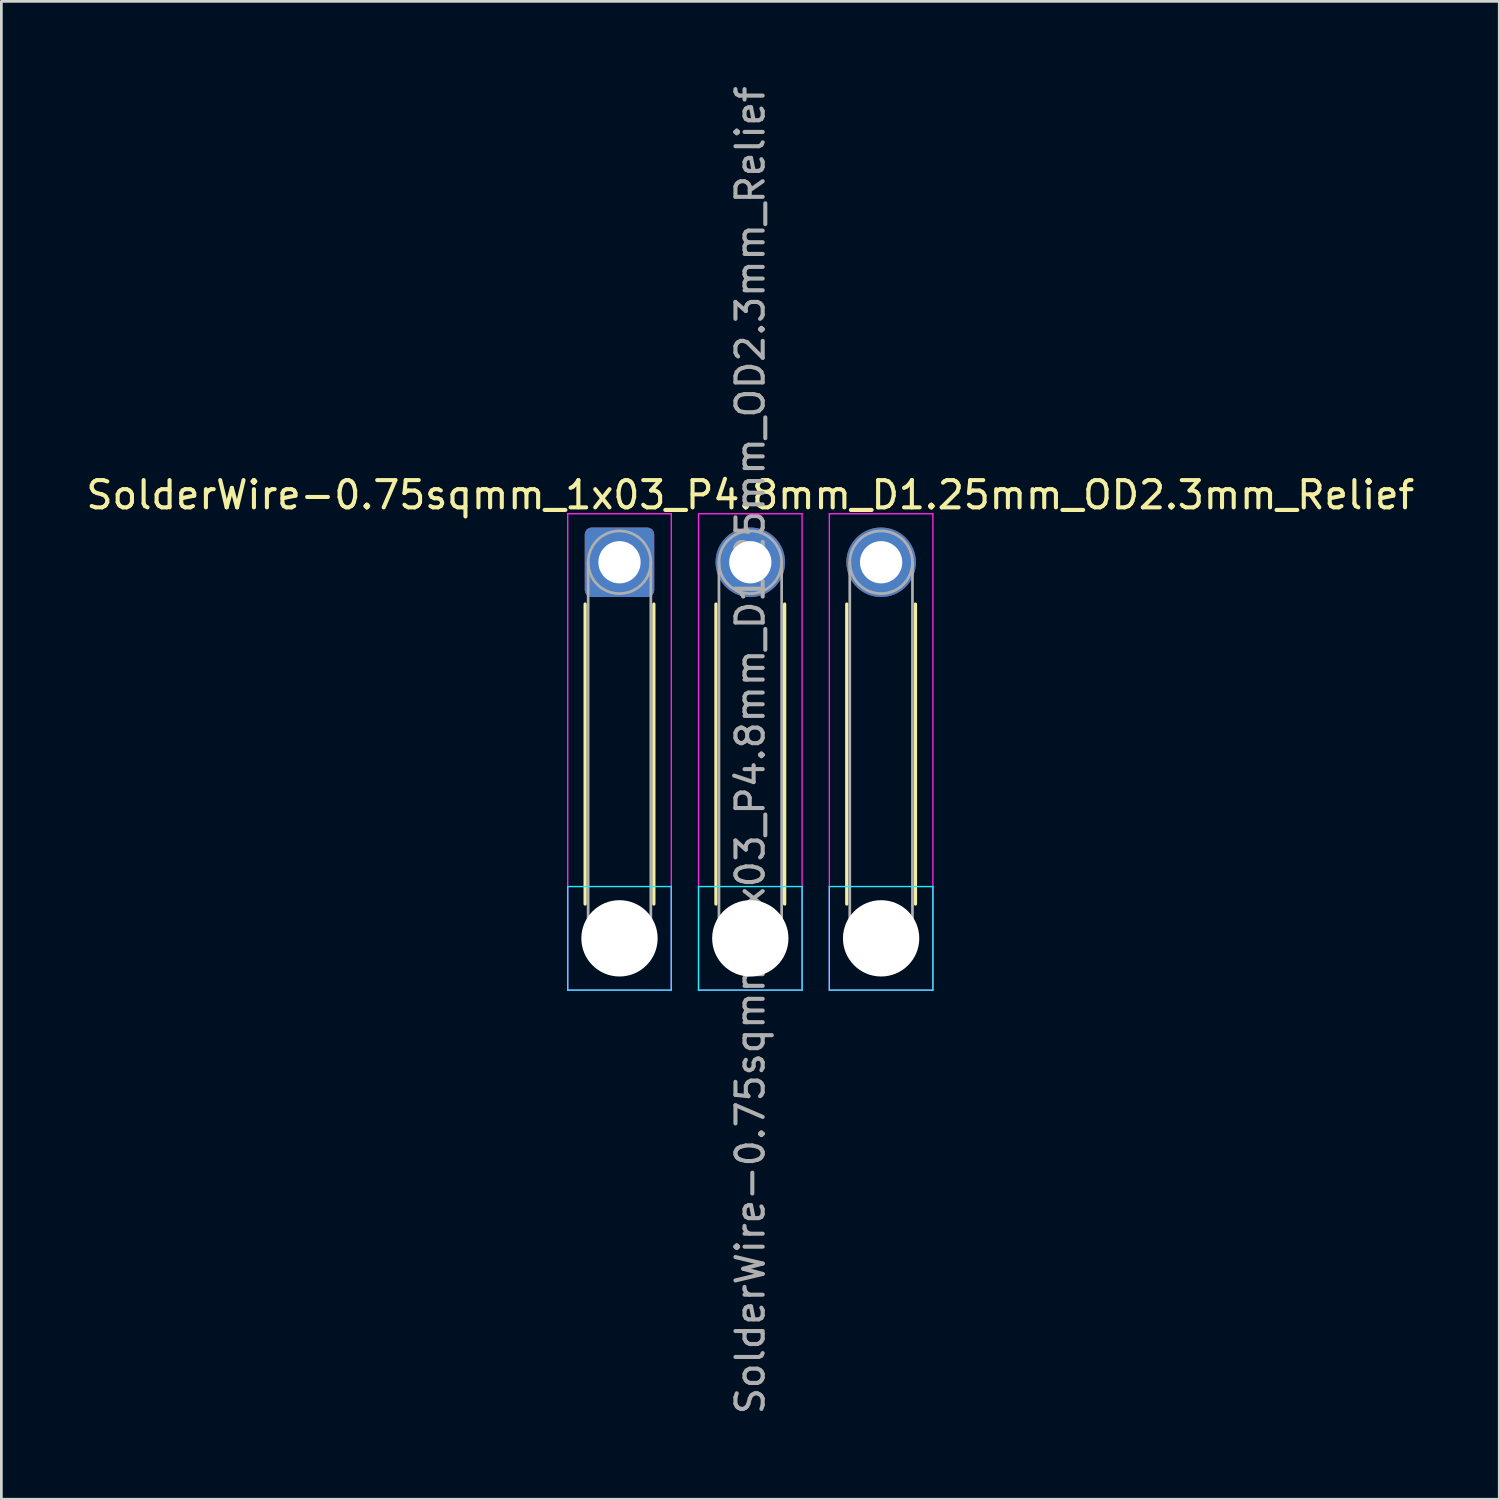
<source format=kicad_pcb>
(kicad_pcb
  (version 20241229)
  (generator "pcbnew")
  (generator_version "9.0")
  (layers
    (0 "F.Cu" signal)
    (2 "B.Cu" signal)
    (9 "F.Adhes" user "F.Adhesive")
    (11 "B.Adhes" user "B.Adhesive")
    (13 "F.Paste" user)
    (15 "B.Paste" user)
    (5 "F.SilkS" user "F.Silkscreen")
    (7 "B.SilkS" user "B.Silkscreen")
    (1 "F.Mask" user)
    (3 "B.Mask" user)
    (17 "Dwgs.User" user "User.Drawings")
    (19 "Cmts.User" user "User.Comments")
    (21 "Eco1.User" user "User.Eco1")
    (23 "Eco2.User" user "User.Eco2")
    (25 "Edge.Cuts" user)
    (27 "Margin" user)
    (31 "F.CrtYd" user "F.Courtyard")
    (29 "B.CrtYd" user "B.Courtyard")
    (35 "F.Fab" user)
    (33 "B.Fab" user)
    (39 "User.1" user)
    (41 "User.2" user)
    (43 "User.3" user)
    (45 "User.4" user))
  (footprint "SolderWire-0.75sqmm_1x03_P4.8mm_D1.25mm_OD2.3mm_Relief"
    (layer "F.Cu")
    (at 19.682 17.582)
    (property "Reference" "SolderWire-0.75sqmm_1x03_P4.8mm_D1.25mm_OD2.3mm_Relief" (at 4.8 -2.47 0) (layer "F.SilkS") (effects (font (size 1 1) (thickness 0.15))))
    (attr exclude_from_pos_files exclude_from_bom)
    (fp_line (start -1.26 1.535) (end -1.26 12.54) (stroke (width 0.12) (type solid)) (layer "F.SilkS"))
    (fp_line (start 1.26 1.535) (end 1.26 12.54) (stroke (width 0.12) (type solid)) (layer "F.SilkS"))
    (fp_line (start 3.54 1.535) (end 3.54 12.54) (stroke (width 0.12) (type solid)) (layer "F.SilkS"))
    (fp_line (start 6.06 1.535) (end 6.06 12.54) (stroke (width 0.12) (type solid)) (layer "F.SilkS"))
    (fp_line (start 8.34 1.535) (end 8.34 12.54) (stroke (width 0.12) (type solid)) (layer "F.SilkS"))
    (fp_line (start 10.86 1.535) (end 10.86 12.54) (stroke (width 0.12) (type solid)) (layer "F.SilkS"))
    (fp_line (start -1.9 11.9) (end -1.9 15.7) (stroke (width 0.05) (type solid)) (layer "B.CrtYd"))
    (fp_line (start -1.9 15.7) (end 1.9 15.7) (stroke (width 0.05) (type solid)) (layer "B.CrtYd"))
    (fp_line (start 1.9 11.9) (end -1.9 11.9) (stroke (width 0.05) (type solid)) (layer "B.CrtYd"))
    (fp_line (start 1.9 15.7) (end 1.9 11.9) (stroke (width 0.05) (type solid)) (layer "B.CrtYd"))
    (fp_line (start 2.9 11.9) (end 2.9 15.7) (stroke (width 0.05) (type solid)) (layer "B.CrtYd"))
    (fp_line (start 2.9 15.7) (end 6.7 15.7) (stroke (width 0.05) (type solid)) (layer "B.CrtYd"))
    (fp_line (start 6.7 11.9) (end 2.9 11.9) (stroke (width 0.05) (type solid)) (layer "B.CrtYd"))
    (fp_line (start 6.7 15.7) (end 6.7 11.9) (stroke (width 0.05) (type solid)) (layer "B.CrtYd"))
    (fp_line (start 7.7 11.9) (end 7.7 15.7) (stroke (width 0.05) (type solid)) (layer "B.CrtYd"))
    (fp_line (start 7.7 15.7) (end 11.5 15.7) (stroke (width 0.05) (type solid)) (layer "B.CrtYd"))
    (fp_line (start 11.5 11.9) (end 7.7 11.9) (stroke (width 0.05) (type solid)) (layer "B.CrtYd"))
    (fp_line (start 11.5 15.7) (end 11.5 11.9) (stroke (width 0.05) (type solid)) (layer "B.CrtYd"))
    (fp_line (start -1.9 -1.78) (end -1.9 15.7) (stroke (width 0.05) (type solid)) (layer "F.CrtYd"))
    (fp_line (start -1.9 15.7) (end 1.9 15.7) (stroke (width 0.05) (type solid)) (layer "F.CrtYd"))
    (fp_line (start 1.9 -1.78) (end -1.9 -1.78) (stroke (width 0.05) (type solid)) (layer "F.CrtYd"))
    (fp_line (start 1.9 15.7) (end 1.9 -1.78) (stroke (width 0.05) (type solid)) (layer "F.CrtYd"))
    (fp_line (start 2.9 -1.78) (end 2.9 15.7) (stroke (width 0.05) (type solid)) (layer "F.CrtYd"))
    (fp_line (start 2.9 15.7) (end 6.7 15.7) (stroke (width 0.05) (type solid)) (layer "F.CrtYd"))
    (fp_line (start 6.7 -1.78) (end 2.9 -1.78) (stroke (width 0.05) (type solid)) (layer "F.CrtYd"))
    (fp_line (start 6.7 15.7) (end 6.7 -1.78) (stroke (width 0.05) (type solid)) (layer "F.CrtYd"))
    (fp_line (start 7.7 -1.78) (end 7.7 15.7) (stroke (width 0.05) (type solid)) (layer "F.CrtYd"))
    (fp_line (start 7.7 15.7) (end 11.5 15.7) (stroke (width 0.05) (type solid)) (layer "F.CrtYd"))
    (fp_line (start 11.5 -1.78) (end 7.7 -1.78) (stroke (width 0.05) (type solid)) (layer "F.CrtYd"))
    (fp_line (start 11.5 15.7) (end 11.5 -1.78) (stroke (width 0.05) (type solid)) (layer "F.CrtYd"))
    (fp_line (start -1.15 0) (end -1.15 13.8) (stroke (width 0.1) (type solid)) (layer "F.Fab"))
    (fp_line (start 1.15 0) (end 1.15 13.8) (stroke (width 0.1) (type solid)) (layer "F.Fab"))
    (fp_line (start 3.65 0) (end 3.65 13.8) (stroke (width 0.1) (type solid)) (layer "F.Fab"))
    (fp_line (start 5.95 0) (end 5.95 13.8) (stroke (width 0.1) (type solid)) (layer "F.Fab"))
    (fp_line (start 8.45 0) (end 8.45 13.8) (stroke (width 0.1) (type solid)) (layer "F.Fab"))
    (fp_line (start 10.75 0) (end 10.75 13.8) (stroke (width 0.1) (type solid)) (layer "F.Fab"))
    (fp_circle (center 0 0) (end 1.15 0) (stroke (width 0.1) (type solid)) (fill no) (layer "F.Fab"))
    (fp_circle (center 0 13.8) (end 1.15 13.8) (stroke (width 0.1) (type solid)) (fill no) (layer "F.Fab"))
    (fp_circle (center 4.8 0) (end 5.95 0) (stroke (width 0.1) (type solid)) (fill no) (layer "F.Fab"))
    (fp_circle (center 4.8 13.8) (end 5.95 13.8) (stroke (width 0.1) (type solid)) (fill no) (layer "F.Fab"))
    (fp_circle (center 9.6 0) (end 10.75 0) (stroke (width 0.1) (type solid)) (fill no) (layer "F.Fab"))
    (fp_circle (center 9.6 13.8) (end 10.75 13.8) (stroke (width 0.1) (type solid)) (fill no) (layer "F.Fab"))
    (fp_text user "${REFERENCE}" (at 4.8 6.9 90) (layer "F.Fab") (effects (font (size 1 1) (thickness 0.15))))
    (pad "" np_thru_hole circle (at 0 13.8) (size 2.8 2.8) (drill 2.8) (layers "*.Cu" "*.Mask"))
    (pad "" np_thru_hole circle (at 4.8 13.8) (size 2.8 2.8) (drill 2.8) (layers "*.Cu" "*.Mask"))
    (pad "" np_thru_hole circle (at 9.6 13.8) (size 2.8 2.8) (drill 2.8) (layers "*.Cu" "*.Mask"))
    (pad "1" thru_hole roundrect (at 0 0) (size 2.55 2.55) (drill 1.55) (layers "*.Cu" "*.Mask") (roundrect_rratio 0.098))
    (pad "2" thru_hole circle (at 4.8 0) (size 2.55 2.55) (drill 1.55) (layers "*.Cu" "*.Mask"))
    (pad "3" thru_hole circle (at 9.6 0) (size 2.55 2.55) (drill 1.55) (layers "*.Cu" "*.Mask")))
  (gr_rect
    (start -3 -3)
    (end 51.964 51.964)
    (stroke (width 0.1) (type default))
    (fill no)
    (layer "Edge.Cuts")))
</source>
